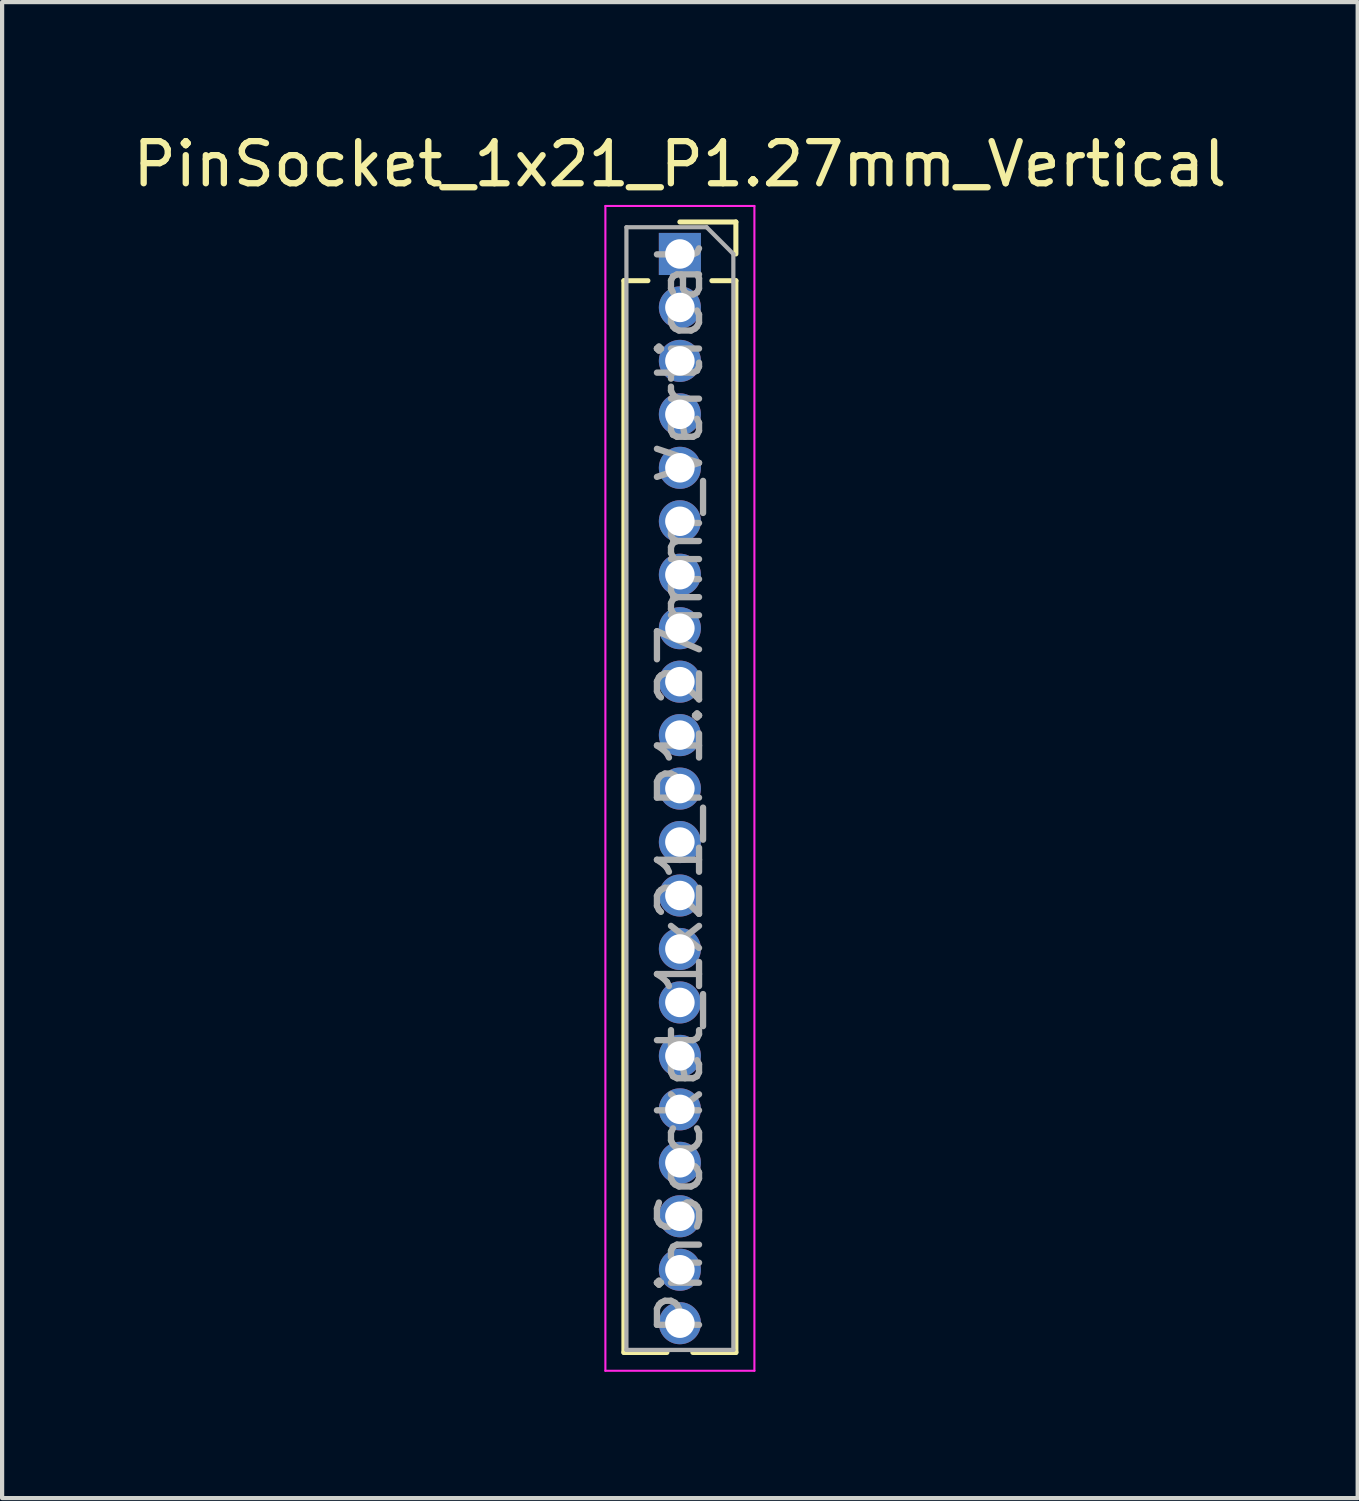
<source format=kicad_pcb>
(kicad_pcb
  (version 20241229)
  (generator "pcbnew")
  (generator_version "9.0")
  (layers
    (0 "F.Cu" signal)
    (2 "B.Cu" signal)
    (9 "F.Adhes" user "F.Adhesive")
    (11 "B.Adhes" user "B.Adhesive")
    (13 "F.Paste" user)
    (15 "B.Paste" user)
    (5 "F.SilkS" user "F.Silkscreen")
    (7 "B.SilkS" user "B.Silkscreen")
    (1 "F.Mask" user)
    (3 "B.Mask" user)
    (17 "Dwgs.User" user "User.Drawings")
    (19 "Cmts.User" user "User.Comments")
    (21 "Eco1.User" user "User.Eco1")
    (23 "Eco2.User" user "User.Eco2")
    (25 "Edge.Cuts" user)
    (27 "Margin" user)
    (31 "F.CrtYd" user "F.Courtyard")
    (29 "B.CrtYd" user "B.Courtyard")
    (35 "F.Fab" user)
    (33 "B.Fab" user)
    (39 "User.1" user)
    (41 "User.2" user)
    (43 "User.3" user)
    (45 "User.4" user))
  (footprint "PinSocket_1x21_P1.27mm_Vertical"
    (layer "F.Cu")
    (at 13.101 2.983)
    (property "Reference" "PinSocket_1x21_P1.27mm_Vertical" (at 0 -2.135 0) (layer "F.SilkS") (effects (font (size 1 1) (thickness 0.15))))
    (attr through_hole)
    (fp_line (start -1.33 0.635) (end -1.33 26.095) (stroke (width 0.12) (type solid)) (layer "F.SilkS"))
    (fp_line (start -1.33 0.635) (end -0.76 0.635) (stroke (width 0.12) (type solid)) (layer "F.SilkS"))
    (fp_line (start -1.33 26.095) (end -0.308 26.095) (stroke (width 0.12) (type solid)) (layer "F.SilkS"))
    (fp_line (start 0 -0.76) (end 1.33 -0.76) (stroke (width 0.12) (type solid)) (layer "F.SilkS"))
    (fp_line (start 0.308 26.095) (end 1.33 26.095) (stroke (width 0.12) (type solid)) (layer "F.SilkS"))
    (fp_line (start 0.76 0.635) (end 1.33 0.635) (stroke (width 0.12) (type solid)) (layer "F.SilkS"))
    (fp_line (start 1.33 -0.76) (end 1.33 0) (stroke (width 0.12) (type solid)) (layer "F.SilkS"))
    (fp_line (start 1.33 0.635) (end 1.33 26.095) (stroke (width 0.12) (type solid)) (layer "F.SilkS"))
    (fp_line (start -1.77 -1.14) (end 1.77 -1.14) (stroke (width 0.05) (type solid)) (layer "F.CrtYd"))
    (fp_line (start -1.77 26.53) (end -1.77 -1.14) (stroke (width 0.05) (type solid)) (layer "F.CrtYd"))
    (fp_line (start 1.77 -1.14) (end 1.77 26.53) (stroke (width 0.05) (type solid)) (layer "F.CrtYd"))
    (fp_line (start 1.77 26.53) (end -1.77 26.53) (stroke (width 0.05) (type solid)) (layer "F.CrtYd"))
    (fp_line (start -1.27 -0.635) (end 0.635 -0.635) (stroke (width 0.1) (type solid)) (layer "F.Fab"))
    (fp_line (start -1.27 26.035) (end -1.27 -0.635) (stroke (width 0.1) (type solid)) (layer "F.Fab"))
    (fp_line (start 0.635 -0.635) (end 1.27 0) (stroke (width 0.1) (type solid)) (layer "F.Fab"))
    (fp_line (start 1.27 0) (end 1.27 26.035) (stroke (width 0.1) (type solid)) (layer "F.Fab"))
    (fp_line (start 1.27 26.035) (end -1.27 26.035) (stroke (width 0.1) (type solid)) (layer "F.Fab"))
    (fp_text user "${REFERENCE}" (at 0 12.7 90) (layer "F.Fab") (effects (font (size 1 1) (thickness 0.15))))
    (pad "1" thru_hole rect (at 0 0) (size 1 1) (drill 0.7) (layers "*.Cu" "*.Mask"))
    (pad "2" thru_hole circle (at 0 1.27) (size 1 1) (drill 0.7) (layers "*.Cu" "*.Mask"))
    (pad "3" thru_hole circle (at 0 2.54) (size 1 1) (drill 0.7) (layers "*.Cu" "*.Mask"))
    (pad "4" thru_hole circle (at 0 3.81) (size 1 1) (drill 0.7) (layers "*.Cu" "*.Mask"))
    (pad "5" thru_hole circle (at 0 5.08) (size 1 1) (drill 0.7) (layers "*.Cu" "*.Mask"))
    (pad "6" thru_hole circle (at 0 6.35) (size 1 1) (drill 0.7) (layers "*.Cu" "*.Mask"))
    (pad "7" thru_hole circle (at 0 7.62) (size 1 1) (drill 0.7) (layers "*.Cu" "*.Mask"))
    (pad "8" thru_hole circle (at 0 8.89) (size 1 1) (drill 0.7) (layers "*.Cu" "*.Mask"))
    (pad "9" thru_hole circle (at 0 10.16) (size 1 1) (drill 0.7) (layers "*.Cu" "*.Mask"))
    (pad "10" thru_hole circle (at 0 11.43) (size 1 1) (drill 0.7) (layers "*.Cu" "*.Mask"))
    (pad "11" thru_hole circle (at 0 12.7) (size 1 1) (drill 0.7) (layers "*.Cu" "*.Mask"))
    (pad "12" thru_hole circle (at 0 13.97) (size 1 1) (drill 0.7) (layers "*.Cu" "*.Mask"))
    (pad "13" thru_hole circle (at 0 15.24) (size 1 1) (drill 0.7) (layers "*.Cu" "*.Mask"))
    (pad "14" thru_hole circle (at 0 16.51) (size 1 1) (drill 0.7) (layers "*.Cu" "*.Mask"))
    (pad "15" thru_hole circle (at 0 17.78) (size 1 1) (drill 0.7) (layers "*.Cu" "*.Mask"))
    (pad "16" thru_hole circle (at 0 19.05) (size 1 1) (drill 0.7) (layers "*.Cu" "*.Mask"))
    (pad "17" thru_hole circle (at 0 20.32) (size 1 1) (drill 0.7) (layers "*.Cu" "*.Mask"))
    (pad "18" thru_hole circle (at 0 21.59) (size 1 1) (drill 0.7) (layers "*.Cu" "*.Mask"))
    (pad "19" thru_hole circle (at 0 22.86) (size 1 1) (drill 0.7) (layers "*.Cu" "*.Mask"))
    (pad "20" thru_hole circle (at 0 24.13) (size 1 1) (drill 0.7) (layers "*.Cu" "*.Mask"))
    (pad "21" thru_hole circle (at 0 25.4) (size 1 1) (drill 0.7) (layers "*.Cu" "*.Mask")))
  (gr_rect
    (start -3 -3)
    (end 29.202 32.538)
    (stroke (width 0.1) (type default))
    (fill no)
    (layer "Edge.Cuts")))
</source>
